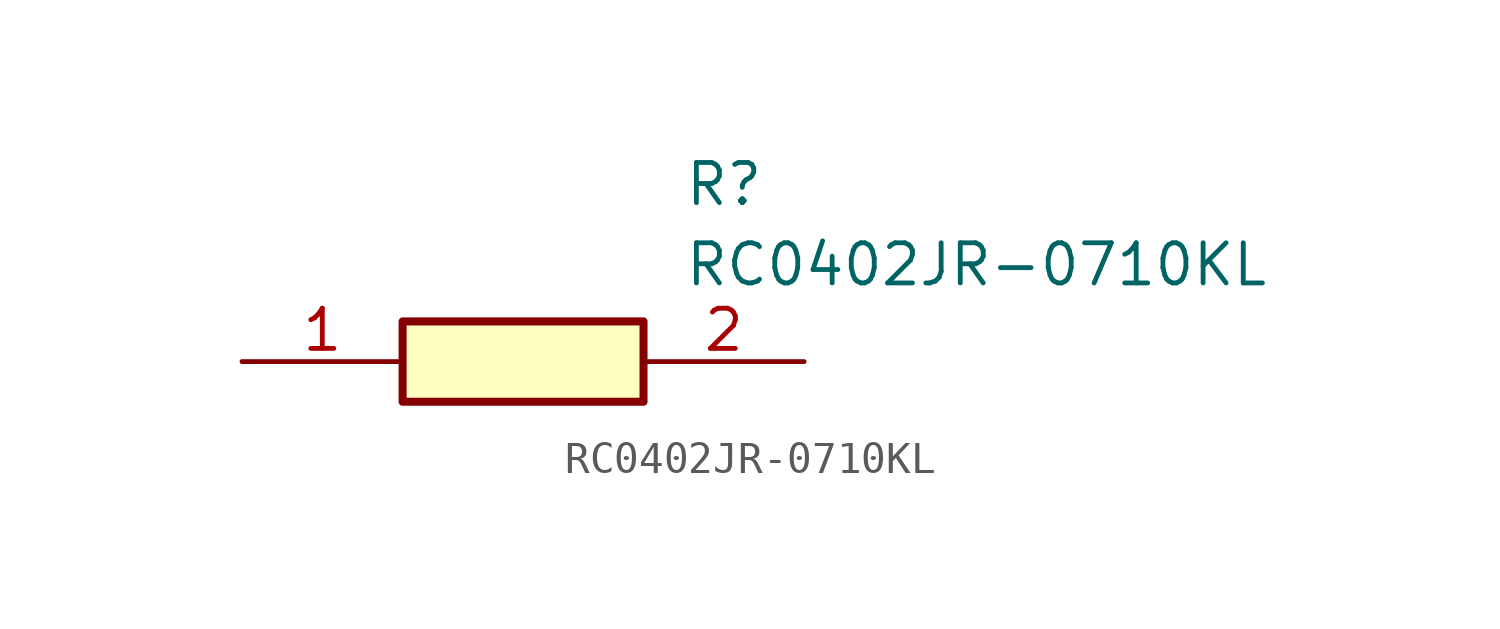
<source format=kicad_sym>
(kicad_symbol_lib
  (version 20211014)
  (generator SamacSys_ECAD_Model)
  (symbol "RC0402JR-0710KL"
    (pin_names hide)
    (property "Reference" "R"
      (at 13.97 6.35 0)
      (effects (font (size 1.27 1.27)) (justify left top)))
    (property "Value" "RC0402JR-0710KL"
      (at 13.97 3.81 0)
      (effects (font (size 1.27 1.27)) (justify left top)))
    (rectangle
      (start 5.08 1.27)
      (end 12.7 -1.27)
      (stroke (width 0.254) (type default))
      (fill (type background)))
    (pin passive line
      (at 0 0 0)
      (length 5.08)
      (name "1" (effects (font (size 1.27 1.27))))
      (number "1" (effects (font (size 1.27 1.27)))))
    (pin passive line
      (at 17.78 0 180)
      (length 5.08)
      (name "2" (effects (font (size 1.27 1.27))))
      (number "2" (effects (font (size 1.27 1.27)))))))
</source>
